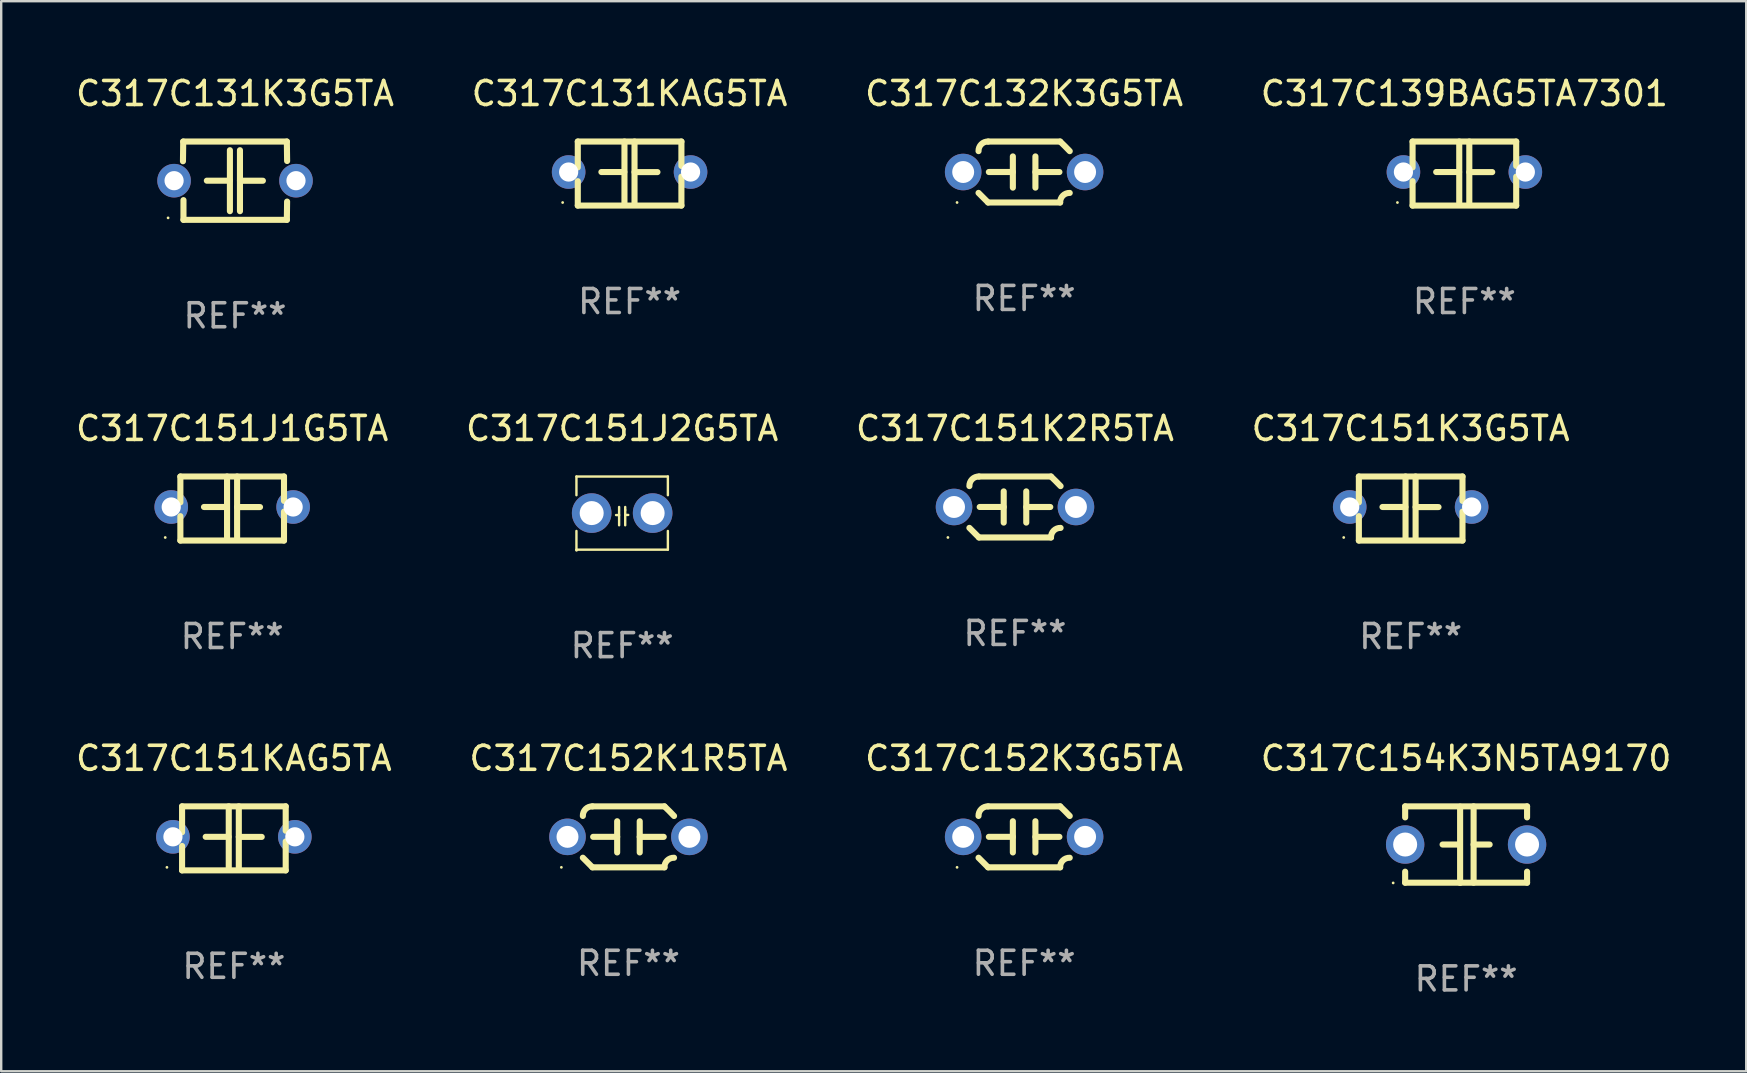
<source format=kicad_pcb>
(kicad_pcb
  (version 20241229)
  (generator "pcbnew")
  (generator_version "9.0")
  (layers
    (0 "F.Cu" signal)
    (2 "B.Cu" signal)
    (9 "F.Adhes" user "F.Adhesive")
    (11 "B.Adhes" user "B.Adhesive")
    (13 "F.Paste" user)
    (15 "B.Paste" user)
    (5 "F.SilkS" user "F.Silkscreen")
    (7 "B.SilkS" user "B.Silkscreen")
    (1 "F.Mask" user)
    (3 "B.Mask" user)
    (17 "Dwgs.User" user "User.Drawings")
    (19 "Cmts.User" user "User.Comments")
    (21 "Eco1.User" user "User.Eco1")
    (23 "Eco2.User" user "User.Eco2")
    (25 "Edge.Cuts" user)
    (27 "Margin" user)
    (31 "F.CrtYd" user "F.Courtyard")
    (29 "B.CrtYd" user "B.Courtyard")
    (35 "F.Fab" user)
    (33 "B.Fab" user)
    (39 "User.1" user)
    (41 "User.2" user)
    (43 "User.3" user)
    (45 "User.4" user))
  (footprint "C317C152K1R5TA"
    (layer "F.Cu")
    (at 23.137 31.821)
    (property "Reference" "C317C152K1R5TA" (at 0 -3.27 0) (layer "F.SilkS") (effects (font (size 1 1) (thickness 0.15))))
    (attr through_hole)
    (fp_line (start -1.5 -1.27) (end 1.5 -1.27) (stroke (width 0.254) (type solid)) (layer "F.SilkS"))
    (fp_line (start -0.47 -0.65) (end -0.47 0.65) (stroke (width 0.254) (type solid)) (layer "F.SilkS"))
    (fp_line (start -0.47 -0.000381) (end -1.47 -0.000381) (stroke (width 0.254) (type solid)) (layer "F.SilkS"))
    (fp_line (start 0.47 0.000356) (end 1.47 0.000356) (stroke (width 0.254) (type solid)) (layer "F.SilkS"))
    (fp_line (start 0.47 0.65) (end 0.47 -0.65) (stroke (width 0.254) (type solid)) (layer "F.SilkS"))
    (fp_line (start 1.5 1.27) (end -1.5 1.27) (stroke (width 0.254) (type solid)) (layer "F.SilkS"))
    (fp_arc (start -1.899924 -0.871221) (mid -1.78599 -1.156887) (end -1.5 -1.270003) (stroke (width 0.254001) (type solid)) (layer "F.SilkS"))
    (fp_arc (start -1.501217 1.269929) (mid -1.700682 1.070039) (end -1.9 0.870003) (stroke (width 0.254001) (type solid)) (layer "F.SilkS"))
    (fp_arc (start 1.5 1.270003) (mid 1.614112 0.984517) (end 1.899923 0.871222) (stroke (width 0.254001) (type solid)) (layer "F.SilkS"))
    (fp_arc (start 1.501219 -1.269927) (mid 1.70319 -1.072538) (end 1.9 -0.870003) (stroke (width 0.254001) (type solid)) (layer "F.SilkS"))
    (fp_circle (center -2.795 1.27) (end -2.765 1.27) (stroke (width 0.06) (type solid)) (fill no) (layer "F.SilkS"))
    (fp_text user "REF**" (at 0 5.27 0) (layer "F.Fab") (effects (font (size 1 1) (thickness 0.15))))
    (pad "1" thru_hole circle (at -2.54 0) (size 1.524 1.524) (drill 0.914) (layers "*.Cu" "*.Mask"))
    (pad "2" thru_hole circle (at 2.54 0) (size 1.524 1.524) (drill 0.914) (layers "*.Cu" "*.Mask")))
  (footprint "C317C151K2R5TA"
    (layer "F.Cu")
    (at 39.244 18.076)
    (property "Reference" "C317C151K2R5TA" (at 0 -3.27 0) (layer "F.SilkS") (effects (font (size 1 1) (thickness 0.15))))
    (attr through_hole)
    (fp_line (start -1.5 -1.27) (end 1.5 -1.27) (stroke (width 0.254) (type solid)) (layer "F.SilkS"))
    (fp_line (start -0.47 -0.65) (end -0.47 0.65) (stroke (width 0.254) (type solid)) (layer "F.SilkS"))
    (fp_line (start -0.47 -0.000381) (end -1.47 -0.000381) (stroke (width 0.254) (type solid)) (layer "F.SilkS"))
    (fp_line (start 0.47 0.000356) (end 1.47 0.000356) (stroke (width 0.254) (type solid)) (layer "F.SilkS"))
    (fp_line (start 0.47 0.65) (end 0.47 -0.65) (stroke (width 0.254) (type solid)) (layer "F.SilkS"))
    (fp_line (start 1.5 1.27) (end -1.5 1.27) (stroke (width 0.254) (type solid)) (layer "F.SilkS"))
    (fp_arc (start -1.899924 -0.871221) (mid -1.78599 -1.156887) (end -1.5 -1.270003) (stroke (width 0.254001) (type solid)) (layer "F.SilkS"))
    (fp_arc (start -1.501217 1.269929) (mid -1.700682 1.070039) (end -1.9 0.870003) (stroke (width 0.254001) (type solid)) (layer "F.SilkS"))
    (fp_arc (start 1.5 1.270003) (mid 1.614112 0.984517) (end 1.899923 0.871222) (stroke (width 0.254001) (type solid)) (layer "F.SilkS"))
    (fp_arc (start 1.501219 -1.269927) (mid 1.70319 -1.072538) (end 1.9 -0.870003) (stroke (width 0.254001) (type solid)) (layer "F.SilkS"))
    (fp_circle (center -2.795 1.27) (end -2.765 1.27) (stroke (width 0.06) (type solid)) (fill no) (layer "F.SilkS"))
    (fp_text user "REF**" (at 0 5.27 0) (layer "F.Fab") (effects (font (size 1 1) (thickness 0.15))))
    (pad "1" thru_hole circle (at -2.54 0) (size 1.524 1.524) (drill 0.914) (layers "*.Cu" "*.Mask"))
    (pad "2" thru_hole circle (at 2.54 0) (size 1.524 1.524) (drill 0.914) (layers "*.Cu" "*.Mask")))
  (footprint "C317C151J1G5TA"
    (layer "F.Cu")
    (at 6.625 18.14)
    (property "Reference" "C317C151J1G5TA" (at 0 -3.334 0) (layer "F.SilkS") (effects (font (size 1 1) (thickness 0.15))))
    (attr through_hole)
    (fp_line (start -2.159 -1.334) (end 2.159 -1.334) (stroke (width 0.254) (type solid)) (layer "F.SilkS"))
    (fp_line (start -2.159 -0.256) (end -2.159 -1.334) (stroke (width 0.254) (type solid)) (layer "F.SilkS"))
    (fp_line (start -2.159 1.334) (end -2.159 0.318) (stroke (width 0.254) (type solid)) (layer "F.SilkS"))
    (fp_line (start -0.22 -0.064) (end -1.175 -0.064) (stroke (width 0.254) (type solid)) (layer "F.SilkS"))
    (fp_line (start -0.214 -1.334) (end -0.214 1.207) (stroke (width 0.254) (type solid)) (layer "F.SilkS"))
    (fp_line (start 0.205 -1.334) (end 0.205 1.207) (stroke (width 0.254) (type solid)) (layer "F.SilkS"))
    (fp_line (start 0.205 -0.061) (end 1.16 -0.061) (stroke (width 0.254) (type solid)) (layer "F.SilkS"))
    (fp_line (start 2.159 -1.334) (end 2.159 -0.318) (stroke (width 0.254) (type solid)) (layer "F.SilkS"))
    (fp_line (start 2.159 0.129) (end 2.159 1.334) (stroke (width 0.254) (type solid)) (layer "F.SilkS"))
    (fp_line (start 2.159 1.334) (end -2.159 1.334) (stroke (width 0.254) (type solid)) (layer "F.SilkS"))
    (fp_circle (center -2.79 1.207) (end -2.76 1.207) (stroke (width 0.06) (type solid)) (fill no) (layer "F.SilkS"))
    (fp_text user "REF**" (at 0 5.334 0) (layer "F.Fab") (effects (font (size 1 1) (thickness 0.15))))
    (pad "1" thru_hole circle (at -2.54 -0.064) (size 1.4 1.4) (drill 0.8) (layers "*.Cu" "*.Mask"))
    (pad "2" thru_hole circle (at 2.54 -0.064) (size 1.4 1.4) (drill 0.8) (layers "*.Cu" "*.Mask")))
  (footprint "C317C131K3G5TA"
    (layer "F.Cu")
    (at 6.744 4.479)
    (property "Reference" "C317C131K3G5TA" (at 0 -3.631 0) (layer "F.SilkS") (effects (font (size 1 1) (thickness 0.15))))
    (attr through_hole)
    (fp_line (start -2.17 -0.81) (end -2.159 -1.631) (stroke (width 0.254) (type solid)) (layer "F.SilkS"))
    (fp_line (start -2.159 -1.631) (end 2.159 -1.631) (stroke (width 0.254) (type solid)) (layer "F.SilkS"))
    (fp_line (start -2.149 1.631) (end -2.149 0.81) (stroke (width 0.254) (type solid)) (layer "F.SilkS"))
    (fp_line (start -0.22 0) (end -1.175 0) (stroke (width 0.254) (type solid)) (layer "F.SilkS"))
    (fp_line (start -0.214 -1.27) (end -0.214 1.27) (stroke (width 0.254) (type solid)) (layer "F.SilkS"))
    (fp_line (start 0.205 -1.27) (end 0.205 1.27) (stroke (width 0.254) (type solid)) (layer "F.SilkS"))
    (fp_line (start 0.205 0.002) (end 1.16 0.002) (stroke (width 0.254) (type solid)) (layer "F.SilkS"))
    (fp_line (start 2.159 -1.631) (end 2.17 -0.82) (stroke (width 0.254) (type solid)) (layer "F.SilkS"))
    (fp_line (start 2.159 1.631) (end -2.149 1.631) (stroke (width 0.254) (type solid)) (layer "F.SilkS"))
    (fp_line (start 2.169 0.871) (end 2.159 1.631) (stroke (width 0.254) (type solid)) (layer "F.SilkS"))
    (fp_circle (center -2.79 1.55) (end -2.76 1.55) (stroke (width 0.06) (type solid)) (fill no) (layer "F.SilkS"))
    (fp_text user "REF**" (at 0 5.631 0) (layer "F.Fab") (effects (font (size 1 1) (thickness 0.15))))
    (pad "1" thru_hole circle (at -2.54 0) (size 1.4 1.4) (drill 0.8) (layers "*.Cu" "*.Mask"))
    (pad "2" thru_hole circle (at 2.54 0) (size 1.4 1.4) (drill 0.8) (layers "*.Cu" "*.Mask")))
  (footprint "C317C151J2G5TA"
    (layer "F.Cu")
    (at 22.875 18.33)
    (property "Reference" "C317C151J2G5TA" (at 0 -3.524 0) (layer "F.SilkS") (effects (font (size 1 1) (thickness 0.15))))
    (attr through_hole)
    (fp_line (start -1.905 -1.524) (end -1.905 -0.745) (stroke (width 0.1) (type solid)) (layer "F.SilkS"))
    (fp_line (start -1.905 0.745) (end -1.905 1.524) (stroke (width 0.1) (type solid)) (layer "F.SilkS"))
    (fp_line (start -1.905 1.524) (end 1.905 1.524) (stroke (width 0.1) (type solid)) (layer "F.SilkS"))
    (fp_line (start -0.127 -0.254) (end -0.127 0.508) (stroke (width 0.1) (type solid)) (layer "F.SilkS"))
    (fp_line (start -0.127 0.082) (end -0.254 0.082) (stroke (width 0.1) (type solid)) (layer "F.SilkS"))
    (fp_line (start 0.127 -0.127) (end 0.127 -0.254) (stroke (width 0.1) (type solid)) (layer "F.SilkS"))
    (fp_line (start 0.127 -0.127) (end 0.127 0.508) (stroke (width 0.1) (type solid)) (layer "F.SilkS"))
    (fp_line (start 0.127 0.077) (end 0.254 0.077) (stroke (width 0.1) (type solid)) (layer "F.SilkS"))
    (fp_line (start 1.905 -1.524) (end -1.905 -1.524) (stroke (width 0.1) (type solid)) (layer "F.SilkS"))
    (fp_line (start 1.905 -0.745) (end 1.905 -1.524) (stroke (width 0.1) (type solid)) (layer "F.SilkS"))
    (fp_line (start 1.905 1.524) (end 1.905 0.745) (stroke (width 0.1) (type solid)) (layer "F.SilkS"))
    (fp_circle (center -1.9 1.55) (end -1.87 1.55) (stroke (width 0.06) (type solid)) (fill no) (layer "F.SilkS"))
    (fp_text user "REF**" (at 0 5.524 0) (layer "F.Fab") (effects (font (size 1 1) (thickness 0.15))))
    (pad "1" thru_hole circle (at -1.27 0) (size 1.65 1.65) (drill 1) (layers "*.Cu" "*.Mask"))
    (pad "2" thru_hole circle (at 1.27 0) (size 1.65 1.65) (drill 1) (layers "*.Cu" "*.Mask")))
  (footprint "C317C151KAG5TA"
    (layer "F.Cu")
    (at 6.696 31.884)
    (property "Reference" "C317C151KAG5TA" (at 0 -3.334 0) (layer "F.SilkS") (effects (font (size 1 1) (thickness 0.15))))
    (attr through_hole)
    (fp_line (start -2.159 -1.334) (end 2.159 -1.334) (stroke (width 0.254) (type solid)) (layer "F.SilkS"))
    (fp_line (start -2.159 -0.256) (end -2.159 -1.334) (stroke (width 0.254) (type solid)) (layer "F.SilkS"))
    (fp_line (start -2.159 1.334) (end -2.159 0.318) (stroke (width 0.254) (type solid)) (layer "F.SilkS"))
    (fp_line (start -0.22 -0.064) (end -1.175 -0.064) (stroke (width 0.254) (type solid)) (layer "F.SilkS"))
    (fp_line (start -0.214 -1.334) (end -0.214 1.207) (stroke (width 0.254) (type solid)) (layer "F.SilkS"))
    (fp_line (start 0.205 -1.334) (end 0.205 1.207) (stroke (width 0.254) (type solid)) (layer "F.SilkS"))
    (fp_line (start 0.205 -0.061) (end 1.16 -0.061) (stroke (width 0.254) (type solid)) (layer "F.SilkS"))
    (fp_line (start 2.159 -1.334) (end 2.159 -0.318) (stroke (width 0.254) (type solid)) (layer "F.SilkS"))
    (fp_line (start 2.159 0.129) (end 2.159 1.334) (stroke (width 0.254) (type solid)) (layer "F.SilkS"))
    (fp_line (start 2.159 1.334) (end -2.159 1.334) (stroke (width 0.254) (type solid)) (layer "F.SilkS"))
    (fp_circle (center -2.79 1.207) (end -2.76 1.207) (stroke (width 0.06) (type solid)) (fill no) (layer "F.SilkS"))
    (fp_text user "REF**" (at 0 5.334 0) (layer "F.Fab") (effects (font (size 1 1) (thickness 0.15))))
    (pad "1" thru_hole circle (at -2.54 -0.064) (size 1.4 1.4) (drill 0.8) (layers "*.Cu" "*.Mask"))
    (pad "2" thru_hole circle (at 2.54 -0.064) (size 1.4 1.4) (drill 0.8) (layers "*.Cu" "*.Mask")))
  (footprint "C317C154K3N5TA9170"
    (layer "F.Cu")
    (at 58.042 32.146)
    (property "Reference" "C317C154K3N5TA9170" (at 0 -3.595 0) (layer "F.SilkS") (effects (font (size 1 1) (thickness 0.15))))
    (attr through_hole)
    (fp_line (start -2.54 -1.595) (end -2.54 -1.136) (stroke (width 0.254) (type solid)) (layer "F.SilkS"))
    (fp_line (start -2.54 -1.595) (end 2.54 -1.595) (stroke (width 0.254) (type solid)) (layer "F.SilkS"))
    (fp_line (start -2.54 1.126) (end -2.54 1.585) (stroke (width 0.254) (type solid)) (layer "F.SilkS"))
    (fp_line (start -0.312 -0.005) (end -0.98 -0.005) (stroke (width 0.254) (type solid)) (layer "F.SilkS"))
    (fp_line (start -0.25 -1.585) (end -0.25 1.595) (stroke (width 0.254) (type solid)) (layer "F.SilkS"))
    (fp_line (start 0.312 -1.595) (end 0.312 1.585) (stroke (width 0.254) (type solid)) (layer "F.SilkS"))
    (fp_line (start 0.312 -0.005) (end 0.98 -0.005) (stroke (width 0.254) (type solid)) (layer "F.SilkS"))
    (fp_line (start 2.54 -1.595) (end 2.54 -1.136) (stroke (width 0.254) (type solid)) (layer "F.SilkS"))
    (fp_line (start 2.54 1.126) (end 2.54 1.585) (stroke (width 0.254) (type solid)) (layer "F.SilkS"))
    (fp_line (start 2.54 1.585) (end -2.54 1.585) (stroke (width 0.254) (type solid)) (layer "F.SilkS"))
    (fp_circle (center -3.04 1.595) (end -3.01 1.595) (stroke (width 0.06) (type solid)) (fill no) (layer "F.SilkS"))
    (fp_text user "REF**" (at 0 5.595 0) (layer "F.Fab") (effects (font (size 1 1) (thickness 0.15))))
    (pad "1" thru_hole circle (at -2.54 -0.005) (size 1.6 1.6) (drill 1) (layers "*.Cu" "*.Mask"))
    (pad "2" thru_hole circle (at 2.54 -0.005) (size 1.6 1.6) (drill 1) (layers "*.Cu" "*.Mask")))
  (footprint "C317C131KAG5TA"
    (layer "F.Cu")
    (at 23.185 4.182)
    (property "Reference" "C317C131KAG5TA" (at 0 -3.334 0) (layer "F.SilkS") (effects (font (size 1 1) (thickness 0.15))))
    (attr through_hole)
    (fp_line (start -2.159 -1.334) (end 2.159 -1.334) (stroke (width 0.254) (type solid)) (layer "F.SilkS"))
    (fp_line (start -2.159 -0.256) (end -2.159 -1.334) (stroke (width 0.254) (type solid)) (layer "F.SilkS"))
    (fp_line (start -2.159 1.334) (end -2.159 0.318) (stroke (width 0.254) (type solid)) (layer "F.SilkS"))
    (fp_line (start -0.22 -0.064) (end -1.175 -0.064) (stroke (width 0.254) (type solid)) (layer "F.SilkS"))
    (fp_line (start -0.214 -1.334) (end -0.214 1.207) (stroke (width 0.254) (type solid)) (layer "F.SilkS"))
    (fp_line (start 0.205 -1.334) (end 0.205 1.207) (stroke (width 0.254) (type solid)) (layer "F.SilkS"))
    (fp_line (start 0.205 -0.061) (end 1.16 -0.061) (stroke (width 0.254) (type solid)) (layer "F.SilkS"))
    (fp_line (start 2.159 -1.334) (end 2.159 -0.318) (stroke (width 0.254) (type solid)) (layer "F.SilkS"))
    (fp_line (start 2.159 0.129) (end 2.159 1.334) (stroke (width 0.254) (type solid)) (layer "F.SilkS"))
    (fp_line (start 2.159 1.334) (end -2.159 1.334) (stroke (width 0.254) (type solid)) (layer "F.SilkS"))
    (fp_circle (center -2.79 1.207) (end -2.76 1.207) (stroke (width 0.06) (type solid)) (fill no) (layer "F.SilkS"))
    (fp_text user "REF**" (at 0 5.334 0) (layer "F.Fab") (effects (font (size 1 1) (thickness 0.15))))
    (pad "1" thru_hole circle (at -2.54 -0.064) (size 1.4 1.4) (drill 0.8) (layers "*.Cu" "*.Mask"))
    (pad "2" thru_hole circle (at 2.54 -0.064) (size 1.4 1.4) (drill 0.8) (layers "*.Cu" "*.Mask")))
  (footprint "C317C139BAG5TA7301"
    (layer "F.Cu")
    (at 57.97 4.182)
    (property "Reference" "C317C139BAG5TA7301" (at 0 -3.334 0) (layer "F.SilkS") (effects (font (size 1 1) (thickness 0.15))))
    (attr through_hole)
    (fp_line (start -2.159 -1.334) (end 2.159 -1.334) (stroke (width 0.254) (type solid)) (layer "F.SilkS"))
    (fp_line (start -2.159 -0.256) (end -2.159 -1.334) (stroke (width 0.254) (type solid)) (layer "F.SilkS"))
    (fp_line (start -2.159 1.334) (end -2.159 0.318) (stroke (width 0.254) (type solid)) (layer "F.SilkS"))
    (fp_line (start -0.22 -0.064) (end -1.175 -0.064) (stroke (width 0.254) (type solid)) (layer "F.SilkS"))
    (fp_line (start -0.214 -1.334) (end -0.214 1.207) (stroke (width 0.254) (type solid)) (layer "F.SilkS"))
    (fp_line (start 0.205 -1.334) (end 0.205 1.207) (stroke (width 0.254) (type solid)) (layer "F.SilkS"))
    (fp_line (start 0.205 -0.061) (end 1.16 -0.061) (stroke (width 0.254) (type solid)) (layer "F.SilkS"))
    (fp_line (start 2.159 -1.334) (end 2.159 -0.318) (stroke (width 0.254) (type solid)) (layer "F.SilkS"))
    (fp_line (start 2.159 0.129) (end 2.159 1.334) (stroke (width 0.254) (type solid)) (layer "F.SilkS"))
    (fp_line (start 2.159 1.334) (end -2.159 1.334) (stroke (width 0.254) (type solid)) (layer "F.SilkS"))
    (fp_circle (center -2.79 1.207) (end -2.76 1.207) (stroke (width 0.06) (type solid)) (fill no) (layer "F.SilkS"))
    (fp_text user "REF**" (at 0 5.334 0) (layer "F.Fab") (effects (font (size 1 1) (thickness 0.15))))
    (pad "1" thru_hole circle (at -2.54 -0.064) (size 1.4 1.4) (drill 0.8) (layers "*.Cu" "*.Mask"))
    (pad "2" thru_hole circle (at 2.54 -0.064) (size 1.4 1.4) (drill 0.8) (layers "*.Cu" "*.Mask")))
  (footprint "C317C152K3G5TA"
    (layer "F.Cu")
    (at 39.625 31.821)
    (property "Reference" "C317C152K3G5TA" (at 0 -3.27 0) (layer "F.SilkS") (effects (font (size 1 1) (thickness 0.15))))
    (attr through_hole)
    (fp_line (start -1.5 -1.27) (end 1.5 -1.27) (stroke (width 0.254) (type solid)) (layer "F.SilkS"))
    (fp_line (start -0.47 -0.65) (end -0.47 0.65) (stroke (width 0.254) (type solid)) (layer "F.SilkS"))
    (fp_line (start -0.47 -0.000381) (end -1.47 -0.000381) (stroke (width 0.254) (type solid)) (layer "F.SilkS"))
    (fp_line (start 0.47 0.000356) (end 1.47 0.000356) (stroke (width 0.254) (type solid)) (layer "F.SilkS"))
    (fp_line (start 0.47 0.65) (end 0.47 -0.65) (stroke (width 0.254) (type solid)) (layer "F.SilkS"))
    (fp_line (start 1.5 1.27) (end -1.5 1.27) (stroke (width 0.254) (type solid)) (layer "F.SilkS"))
    (fp_arc (start -1.899924 -0.871221) (mid -1.78599 -1.156887) (end -1.5 -1.270003) (stroke (width 0.254001) (type solid)) (layer "F.SilkS"))
    (fp_arc (start -1.501217 1.269929) (mid -1.700682 1.070039) (end -1.9 0.870003) (stroke (width 0.254001) (type solid)) (layer "F.SilkS"))
    (fp_arc (start 1.5 1.270003) (mid 1.614112 0.984517) (end 1.899923 0.871222) (stroke (width 0.254001) (type solid)) (layer "F.SilkS"))
    (fp_arc (start 1.501219 -1.269927) (mid 1.70319 -1.072538) (end 1.9 -0.870003) (stroke (width 0.254001) (type solid)) (layer "F.SilkS"))
    (fp_circle (center -2.795 1.27) (end -2.765 1.27) (stroke (width 0.06) (type solid)) (fill no) (layer "F.SilkS"))
    (fp_text user "REF**" (at 0 5.27 0) (layer "F.Fab") (effects (font (size 1 1) (thickness 0.15))))
    (pad "1" thru_hole circle (at -2.54 0) (size 1.524 1.524) (drill 0.914) (layers "*.Cu" "*.Mask"))
    (pad "2" thru_hole circle (at 2.54 0) (size 1.524 1.524) (drill 0.914) (layers "*.Cu" "*.Mask")))
  (footprint "C317C132K3G5TA"
    (layer "F.Cu")
    (at 39.625 4.118)
    (property "Reference" "C317C132K3G5TA" (at 0 -3.27 0) (layer "F.SilkS") (effects (font (size 1 1) (thickness 0.15))))
    (attr through_hole)
    (fp_line (start -1.5 -1.27) (end 1.5 -1.27) (stroke (width 0.254) (type solid)) (layer "F.SilkS"))
    (fp_line (start -0.47 -0.65) (end -0.47 0.65) (stroke (width 0.254) (type solid)) (layer "F.SilkS"))
    (fp_line (start -0.47 -0.000381) (end -1.47 -0.000381) (stroke (width 0.254) (type solid)) (layer "F.SilkS"))
    (fp_line (start 0.47 0.000356) (end 1.47 0.000356) (stroke (width 0.254) (type solid)) (layer "F.SilkS"))
    (fp_line (start 0.47 0.65) (end 0.47 -0.65) (stroke (width 0.254) (type solid)) (layer "F.SilkS"))
    (fp_line (start 1.5 1.27) (end -1.5 1.27) (stroke (width 0.254) (type solid)) (layer "F.SilkS"))
    (fp_arc (start -1.899924 -0.871221) (mid -1.78599 -1.156887) (end -1.5 -1.270003) (stroke (width 0.254001) (type solid)) (layer "F.SilkS"))
    (fp_arc (start -1.501217 1.269929) (mid -1.700682 1.070039) (end -1.9 0.870003) (stroke (width 0.254001) (type solid)) (layer "F.SilkS"))
    (fp_arc (start 1.5 1.270003) (mid 1.614112 0.984517) (end 1.899923 0.871222) (stroke (width 0.254001) (type solid)) (layer "F.SilkS"))
    (fp_arc (start 1.501219 -1.269927) (mid 1.70319 -1.072538) (end 1.9 -0.870003) (stroke (width 0.254001) (type solid)) (layer "F.SilkS"))
    (fp_circle (center -2.795 1.27) (end -2.765 1.27) (stroke (width 0.06) (type solid)) (fill no) (layer "F.SilkS"))
    (fp_text user "REF**" (at 0 5.27 0) (layer "F.Fab") (effects (font (size 1 1) (thickness 0.15))))
    (pad "1" thru_hole circle (at -2.54 0) (size 1.524 1.524) (drill 0.914) (layers "*.Cu" "*.Mask"))
    (pad "2" thru_hole circle (at 2.54 0) (size 1.524 1.524) (drill 0.914) (layers "*.Cu" "*.Mask")))
  (footprint "C317C151K3G5TA"
    (layer "F.Cu")
    (at 55.732 18.14)
    (property "Reference" "C317C151K3G5TA" (at 0 -3.334 0) (layer "F.SilkS") (effects (font (size 1 1) (thickness 0.15))))
    (attr through_hole)
    (fp_line (start -2.159 -1.334) (end 2.159 -1.334) (stroke (width 0.254) (type solid)) (layer "F.SilkS"))
    (fp_line (start -2.159 -0.256) (end -2.159 -1.334) (stroke (width 0.254) (type solid)) (layer "F.SilkS"))
    (fp_line (start -2.159 1.334) (end -2.159 0.318) (stroke (width 0.254) (type solid)) (layer "F.SilkS"))
    (fp_line (start -0.22 -0.064) (end -1.175 -0.064) (stroke (width 0.254) (type solid)) (layer "F.SilkS"))
    (fp_line (start -0.214 -1.334) (end -0.214 1.207) (stroke (width 0.254) (type solid)) (layer "F.SilkS"))
    (fp_line (start 0.205 -1.334) (end 0.205 1.207) (stroke (width 0.254) (type solid)) (layer "F.SilkS"))
    (fp_line (start 0.205 -0.061) (end 1.16 -0.061) (stroke (width 0.254) (type solid)) (layer "F.SilkS"))
    (fp_line (start 2.159 -1.334) (end 2.159 -0.318) (stroke (width 0.254) (type solid)) (layer "F.SilkS"))
    (fp_line (start 2.159 0.129) (end 2.159 1.334) (stroke (width 0.254) (type solid)) (layer "F.SilkS"))
    (fp_line (start 2.159 1.334) (end -2.159 1.334) (stroke (width 0.254) (type solid)) (layer "F.SilkS"))
    (fp_circle (center -2.79 1.207) (end -2.76 1.207) (stroke (width 0.06) (type solid)) (fill no) (layer "F.SilkS"))
    (fp_text user "REF**" (at 0 5.334 0) (layer "F.Fab") (effects (font (size 1 1) (thickness 0.15))))
    (pad "1" thru_hole circle (at -2.54 -0.064) (size 1.4 1.4) (drill 0.8) (layers "*.Cu" "*.Mask"))
    (pad "2" thru_hole circle (at 2.54 -0.064) (size 1.4 1.4) (drill 0.8) (layers "*.Cu" "*.Mask")))
  (gr_rect
    (start -3 -3)
    (end 69.714 41.589)
    (stroke (width 0.1) (type default))
    (fill no)
    (layer "Edge.Cuts")))
</source>
